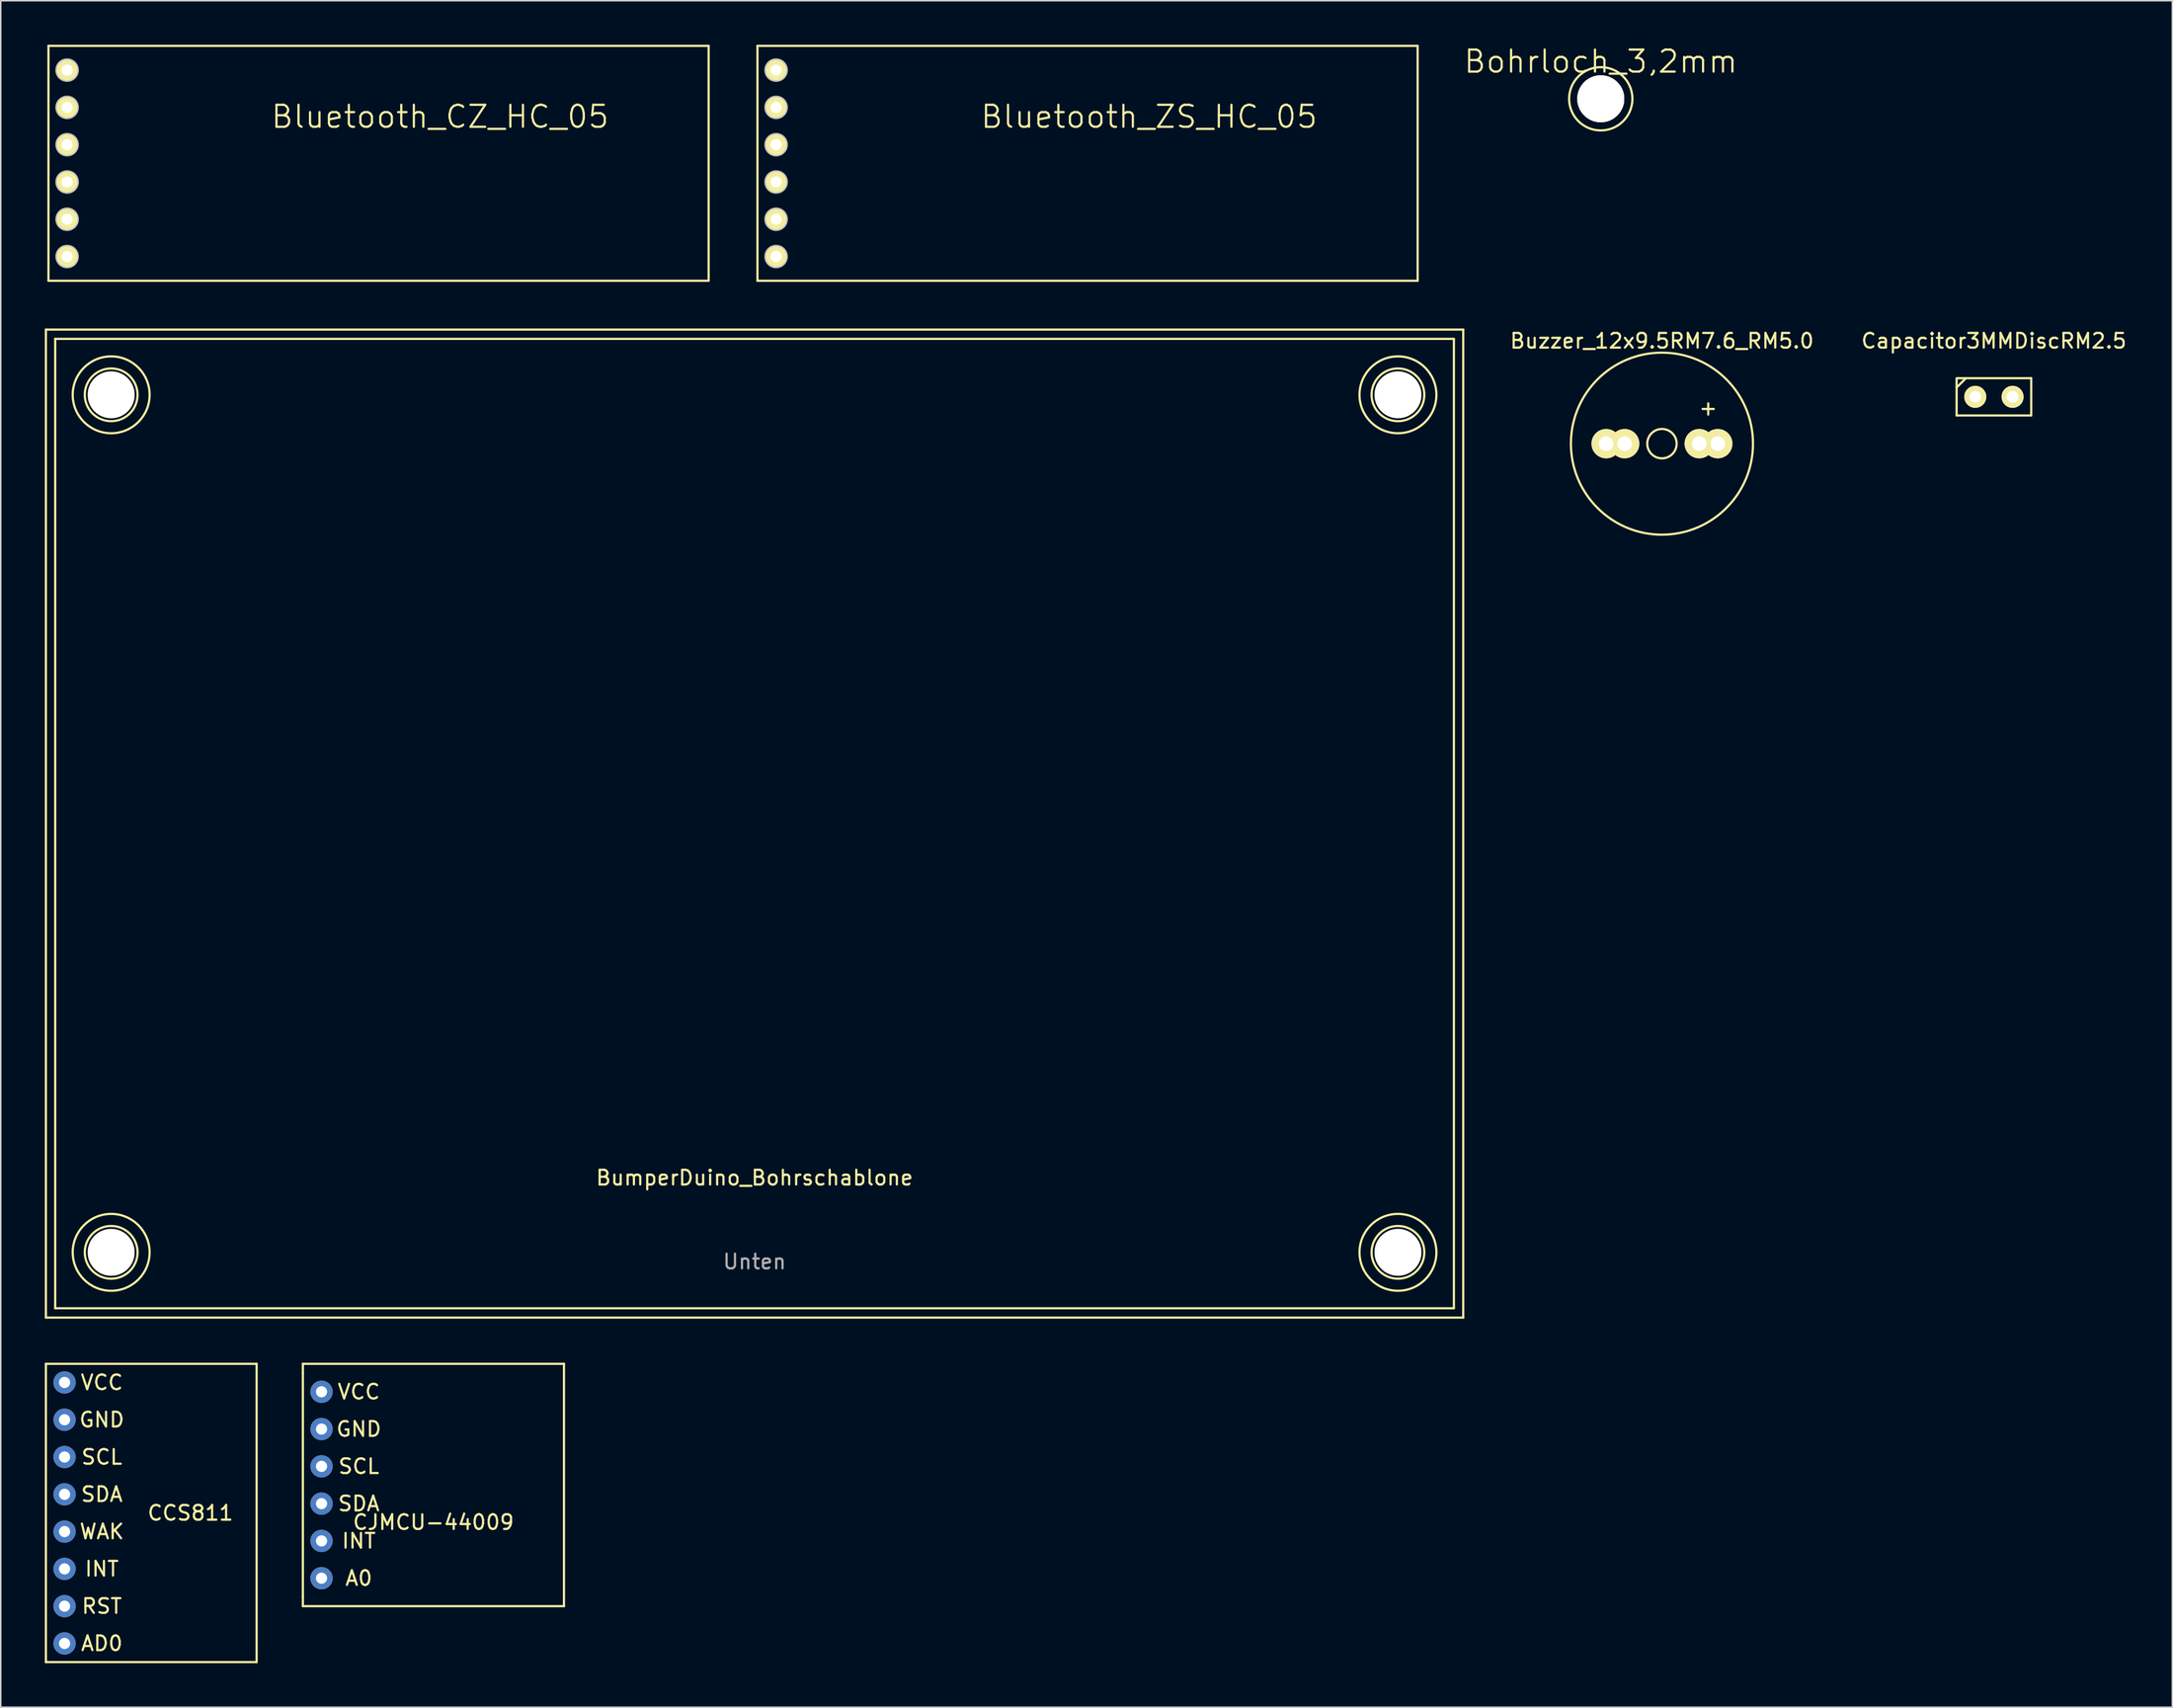
<source format=kicad_pcb>
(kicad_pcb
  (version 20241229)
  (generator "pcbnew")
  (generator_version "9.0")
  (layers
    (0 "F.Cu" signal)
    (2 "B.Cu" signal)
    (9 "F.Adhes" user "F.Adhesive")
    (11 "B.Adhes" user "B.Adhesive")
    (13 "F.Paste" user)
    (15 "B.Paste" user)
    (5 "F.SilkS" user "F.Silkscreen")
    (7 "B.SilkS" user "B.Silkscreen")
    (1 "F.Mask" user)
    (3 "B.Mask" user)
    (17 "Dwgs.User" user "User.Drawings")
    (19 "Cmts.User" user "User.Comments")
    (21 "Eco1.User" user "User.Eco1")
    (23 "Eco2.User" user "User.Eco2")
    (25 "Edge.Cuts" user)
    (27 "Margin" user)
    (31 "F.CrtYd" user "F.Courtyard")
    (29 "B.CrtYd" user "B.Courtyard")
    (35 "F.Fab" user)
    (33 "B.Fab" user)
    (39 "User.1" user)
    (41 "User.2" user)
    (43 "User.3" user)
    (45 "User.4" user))
  (footprint "Capacitor3MMDiscRM2.5"
    (layer "F.Cu")
    (at 132.735 23.985)
    (property "Reference" "Capacitor3MMDiscRM2.5" (at 0 -3.81 0) (layer "F.SilkS") (effects (font (size 1 1) (thickness 0.15))))
    (attr through_hole)
    (fp_line (start -2.54 -0.635) (end -1.905 -1.27) (stroke (width 0.15) (type solid)) (layer "F.SilkS"))
    (fp_line (start -2.54 1.27) (end -2.54 -1.27) (stroke (width 0.15) (type solid)) (layer "F.SilkS"))
    (fp_line (start -2.489 -1.27) (end 2.54 -1.27) (stroke (width 0.15) (type solid)) (layer "F.SilkS"))
    (fp_line (start 2.54 -1.27) (end 2.54 1.27) (stroke (width 0.15) (type solid)) (layer "F.SilkS"))
    (fp_line (start 2.54 1.27) (end -2.54 1.27) (stroke (width 0.15) (type solid)) (layer "F.SilkS"))
    (pad "1" thru_hole circle (at -1.27 0) (size 1.501 1.501) (drill 0.8) (layers "*.Cu" "*.Mask" "F.SilkS"))
    (pad "2" thru_hole circle (at 1.27 0) (size 1.501 1.501) (drill 0.8) (layers "*.Cu" "*.Mask" "F.SilkS")))
  (footprint "Bluetooth_ZS_HC_05"
    (layer "F.Cu")
    (at 48.533 16.077)
    (property "Reference" "Bluetooth_ZS_HC_05" (at 26.67 -11.176 0) (layer "F.SilkS") (effects (font (size 1.5 1.5) (thickness 0.15))))
    (attr through_hole)
    (fp_line (start 0 -16.002) (end 44.958 -16.002) (stroke (width 0.15) (type solid)) (layer "F.SilkS"))
    (fp_line (start 0 0) (end 0 -16.002) (stroke (width 0.15) (type solid)) (layer "F.SilkS"))
    (fp_line (start 44.958 -16.002) (end 44.958 0) (stroke (width 0.15) (type solid)) (layer "F.SilkS"))
    (fp_line (start 44.958 0) (end 0 0) (stroke (width 0.15) (type solid)) (layer "F.SilkS"))
    (fp_circle (center 1.27 -14.35) (end 2.02 -14.35) (stroke (width 0.1) (type solid)) (fill no) (layer "Dwgs.User"))
    (fp_circle (center 1.27 -11.81) (end 2.02 -11.81) (stroke (width 0.1) (type solid)) (fill no) (layer "Dwgs.User"))
    (fp_circle (center 1.27 -9.27) (end 2.02 -9.27) (stroke (width 0.1) (type solid)) (fill no) (layer "Dwgs.User"))
    (fp_circle (center 1.27 -6.73) (end 2.02 -6.73) (stroke (width 0.1) (type solid)) (fill no) (layer "Dwgs.User"))
    (fp_circle (center 1.27 -4.19) (end 2.02 -4.19) (stroke (width 0.1) (type solid)) (fill no) (layer "Dwgs.User"))
    (fp_circle (center 1.27 -1.65) (end 2.02 -1.65) (stroke (width 0.1) (type solid)) (fill no) (layer "Dwgs.User"))
    (pad "1" thru_hole circle (at 1.27 -14.351) (size 1.524 1.524) (drill 0.762) (layers "*.Cu" "*.Mask" "F.SilkS"))
    (pad "2" thru_hole circle (at 1.27 -11.811) (size 1.524 1.524) (drill 0.762) (layers "*.Cu" "*.Mask" "F.SilkS"))
    (pad "3" thru_hole circle (at 1.27 -9.271) (size 1.524 1.524) (drill 0.762) (layers "*.Cu" "*.Mask" "F.SilkS"))
    (pad "4" thru_hole circle (at 1.27 -6.731) (size 1.524 1.524) (drill 0.762) (layers "*.Cu" "*.Mask" "F.SilkS"))
    (pad "5" thru_hole circle (at 1.27 -4.191) (size 1.524 1.524) (drill 0.762) (layers "*.Cu" "*.Mask" "F.SilkS"))
    (pad "6" thru_hole circle (at 1.27 -1.651) (size 1.524 1.524) (drill 0.762) (layers "*.Cu" "*.Mask" "F.SilkS")))
  (footprint "BumperDuino_Bohrschablone"
    (layer "F.Cu")
    (at 48.335 53.057)
    (property "Reference" "BumperDuino_Bohrschablone" (at 0 24.13 0) (layer "F.SilkS") (effects (font (size 1 1) (thickness 0.15))))
    (attr through_hole)
    (fp_line (start -48.26 -33.655) (end -48.26 33.655) (stroke (width 0.15) (type solid)) (layer "F.SilkS"))
    (fp_line (start -48.26 33.655) (end 48.26 33.655) (stroke (width 0.15) (type solid)) (layer "F.SilkS"))
    (fp_line (start -47.625 -33.02) (end -47.625 33.02) (stroke (width 0.15) (type solid)) (layer "F.SilkS"))
    (fp_line (start -47.625 33.02) (end 47.625 33.02) (stroke (width 0.15) (type solid)) (layer "F.SilkS"))
    (fp_line (start -45.085 29.21) (end -42.545 29.21) (stroke (width 0.15) (type solid)) (layer "F.SilkS"))
    (fp_line (start -43.815 27.94) (end -43.815 30.48) (stroke (width 0.15) (type solid)) (layer "F.SilkS"))
    (fp_line (start 43.815 -30.48) (end 43.815 -27.94) (stroke (width 0.15) (type solid)) (layer "F.SilkS"))
    (fp_line (start 43.815 27.94) (end 43.815 30.48) (stroke (width 0.15) (type solid)) (layer "F.SilkS"))
    (fp_line (start 45.085 -29.21) (end 42.545 -29.21) (stroke (width 0.15) (type solid)) (layer "F.SilkS"))
    (fp_line (start 45.085 29.21) (end 42.545 29.21) (stroke (width 0.15) (type solid)) (layer "F.SilkS"))
    (fp_line (start 47.625 -33.02) (end -47.625 -33.02) (stroke (width 0.15) (type solid)) (layer "F.SilkS"))
    (fp_line (start 47.625 33.02) (end 47.625 -33.02) (stroke (width 0.15) (type solid)) (layer "F.SilkS"))
    (fp_line (start 48.26 -33.655) (end -48.26 -33.655) (stroke (width 0.15) (type solid)) (layer "F.SilkS"))
    (fp_line (start 48.26 33.655) (end 48.26 -33.655) (stroke (width 0.15) (type solid)) (layer "F.SilkS"))
    (fp_circle (center -43.815 -29.21) (end -43.18 -26.67) (stroke (width 0.15) (type solid)) (fill no) (layer "F.SilkS"))
    (fp_circle (center -43.815 -29.21) (end -42.545 -27.94) (stroke (width 0.15) (type solid)) (fill no) (layer "F.SilkS"))
    (fp_circle (center -43.815 29.21) (end -43.18 31.75) (stroke (width 0.15) (type solid)) (fill no) (layer "F.SilkS"))
    (fp_circle (center -43.815 29.21) (end -42.545 30.48) (stroke (width 0.15) (type solid)) (fill no) (layer "F.SilkS"))
    (fp_circle (center 43.815 -29.21) (end 44.45 -26.67) (stroke (width 0.15) (type solid)) (fill no) (layer "F.SilkS"))
    (fp_circle (center 43.815 -29.21) (end 45.085 -27.94) (stroke (width 0.15) (type solid)) (fill no) (layer "F.SilkS"))
    (fp_circle (center 43.815 29.21) (end 44.45 31.75) (stroke (width 0.15) (type solid)) (fill no) (layer "F.SilkS"))
    (fp_circle (center 43.815 29.21) (end 45.085 30.48) (stroke (width 0.15) (type solid)) (fill no) (layer "F.SilkS"))
    (fp_text user "Unten" (at 0 29.845 0) (layer "F.Fab") (effects (font (size 1 1) (thickness 0.15))))
    (pad "" np_thru_hole circle (at -43.815 -29.21) (size 3.2 3.2) (drill 3.2) (layers "*.Cu" "*.Mask"))
    (pad "" np_thru_hole circle (at -43.815 29.21) (size 3.2 3.2) (drill 3.2) (layers "*.Cu" "*.Mask"))
    (pad "" np_thru_hole circle (at 43.815 -29.21) (size 3.2 3.2) (drill 3.2) (layers "*.Cu" "*.Mask"))
    (pad "" np_thru_hole circle (at 43.815 29.21) (size 3.2 3.2) (drill 3.2) (layers "*.Cu" "*.Mask")))
  (footprint "Bluetooth_CZ_HC_05"
    (layer "F.Cu")
    (at 0.25 16.077)
    (property "Reference" "Bluetooth_CZ_HC_05" (at 26.67 -11.176 0) (layer "F.SilkS") (effects (font (size 1.5 1.5) (thickness 0.15))))
    (attr through_hole)
    (fp_line (start 0 -16.002) (end 44.958 -16.002) (stroke (width 0.15) (type solid)) (layer "F.SilkS"))
    (fp_line (start 0 0) (end 0 -16.002) (stroke (width 0.15) (type solid)) (layer "F.SilkS"))
    (fp_line (start 44.958 -16.002) (end 44.958 0) (stroke (width 0.15) (type solid)) (layer "F.SilkS"))
    (fp_line (start 44.958 0) (end 0 0) (stroke (width 0.15) (type solid)) (layer "F.SilkS"))
    (fp_circle (center 1.27 -14.35) (end 2.02 -14.35) (stroke (width 0.1) (type solid)) (fill no) (layer "Dwgs.User"))
    (fp_circle (center 1.27 -11.81) (end 2.02 -11.81) (stroke (width 0.1) (type solid)) (fill no) (layer "Dwgs.User"))
    (fp_circle (center 1.27 -9.27) (end 2.02 -9.27) (stroke (width 0.1) (type solid)) (fill no) (layer "Dwgs.User"))
    (fp_circle (center 1.27 -6.73) (end 2.02 -6.73) (stroke (width 0.1) (type solid)) (fill no) (layer "Dwgs.User"))
    (fp_circle (center 1.27 -4.19) (end 2.02 -4.19) (stroke (width 0.1) (type solid)) (fill no) (layer "Dwgs.User"))
    (fp_circle (center 1.27 -1.65) (end 2.02 -1.65) (stroke (width 0.1) (type solid)) (fill no) (layer "Dwgs.User"))
    (pad "1" thru_hole circle (at 1.27 -14.351) (size 1.524 1.524) (drill 0.762) (layers "*.Cu" "*.Mask" "F.SilkS"))
    (pad "2" thru_hole circle (at 1.27 -11.811) (size 1.524 1.524) (drill 0.762) (layers "*.Cu" "*.Mask" "F.SilkS"))
    (pad "3" thru_hole circle (at 1.27 -9.271) (size 1.524 1.524) (drill 0.762) (layers "*.Cu" "*.Mask" "F.SilkS"))
    (pad "4" thru_hole circle (at 1.27 -6.731) (size 1.524 1.524) (drill 0.762) (layers "*.Cu" "*.Mask" "F.SilkS"))
    (pad "5" thru_hole circle (at 1.27 -4.191) (size 1.524 1.524) (drill 0.762) (layers "*.Cu" "*.Mask" "F.SilkS"))
    (pad "6" thru_hole circle (at 1.27 -1.651) (size 1.524 1.524) (drill 0.762) (layers "*.Cu" "*.Mask" "F.SilkS")))
  (footprint "CJMCU-44009"
    (layer "F.Cu")
    (at 26.466 98.117)
    (property "Reference" "CJMCU-44009" (at 0 2.54 0) (unlocked yes) (layer "F.SilkS") (effects (font (size 1 1) (thickness 0.15))))
    (attr through_hole)
    (fp_line (start -8.89 -8.255) (end 8.89 -8.255) (stroke (width 0.15) (type solid)) (layer "F.SilkS"))
    (fp_line (start -8.89 -7.62) (end -8.89 -8.255) (stroke (width 0.15) (type solid)) (layer "F.SilkS"))
    (fp_line (start -8.89 -7.62) (end -8.89 7.62) (stroke (width 0.15) (type solid)) (layer "F.SilkS"))
    (fp_line (start -8.89 8.255) (end -8.89 7.62) (stroke (width 0.15) (type solid)) (layer "F.SilkS"))
    (fp_line (start 8.89 -8.255) (end 8.89 8.255) (stroke (width 0.15) (type solid)) (layer "F.SilkS"))
    (fp_line (start 8.89 8.255) (end -8.89 8.255) (stroke (width 0.15) (type solid)) (layer "F.SilkS"))
    (fp_text user "SCL" (at -5.08 -1.27 0) (unlocked yes) (layer "F.SilkS") (effects (font (size 1 1) (thickness 0.15))))
    (fp_text user "A0" (at -5.08 6.35 0) (unlocked yes) (layer "F.SilkS") (effects (font (size 1 1) (thickness 0.15))))
    (fp_text user "VCC" (at -5.08 -6.35 0) (unlocked yes) (layer "F.SilkS") (effects (font (size 1 1) (thickness 0.15))))
    (fp_text user "INT" (at -5.08 3.81 0) (unlocked yes) (layer "F.SilkS") (effects (font (size 1 1) (thickness 0.15))))
    (fp_text user "GND" (at -5.08 -3.81 0) (unlocked yes) (layer "F.SilkS") (effects (font (size 1 1) (thickness 0.15))))
    (fp_text user "SDA" (at -5.08 1.27 0) (unlocked yes) (layer "F.SilkS") (effects (font (size 1 1) (thickness 0.15))))
    (pad "1" thru_hole circle (at -7.62 -6.35) (size 1.524 1.524) (drill 0.762) (layers "*.Cu" "*.Mask"))
    (pad "2" thru_hole circle (at -7.62 -3.81) (size 1.524 1.524) (drill 0.762) (layers "*.Cu" "*.Mask"))
    (pad "3" thru_hole circle (at -7.62 -1.27) (size 1.524 1.524) (drill 0.762) (layers "*.Cu" "*.Mask"))
    (pad "4" thru_hole circle (at -7.62 1.27) (size 1.524 1.524) (drill 0.762) (layers "*.Cu" "*.Mask"))
    (pad "5" thru_hole circle (at -7.62 3.81) (size 1.524 1.524) (drill 0.762) (layers "*.Cu" "*.Mask"))
    (pad "6" thru_hole circle (at -7.62 6.35) (size 1.524 1.524) (drill 0.762) (layers "*.Cu" "*.Mask")))
  (footprint "Buzzer_12x9.5RM7.6_RM5.0"
    (layer "F.Cu")
    (at 110.128 27.175)
    (property "Reference" "Buzzer_12x9.5RM7.6_RM5.0" (at 0 -7 180) (layer "F.SilkS") (effects (font (size 1 1) (thickness 0.15))))
    (attr through_hole)
    (fp_circle (center 0 0) (end 1.001 0) (stroke (width 0.15) (type solid)) (fill no) (layer "F.SilkS"))
    (fp_circle (center 0 0) (end 6.2 0) (stroke (width 0.15) (type solid)) (fill no) (layer "F.SilkS"))
    (fp_text user "+" (at 3.15 -2.438 0) (layer "F.SilkS") (effects (font (size 1 1) (thickness 0.15))))
    (pad "1" thru_hole circle (at -3.8 0) (size 2 2) (drill 1.001) (layers "*.Cu" "*.Mask" "F.SilkS"))
    (pad "1" thru_hole circle (at -2.54 0) (size 2 2) (drill 1.001) (layers "*.Cu" "*.Mask" "F.SilkS"))
    (pad "2" thru_hole circle (at 2.54 0) (size 2 2) (drill 1.001) (layers "*.Cu" "*.Mask" "F.SilkS"))
    (pad "2" thru_hole circle (at 3.8 0) (size 2 2) (drill 1.001) (layers "*.Cu" "*.Mask" "F.SilkS")))
  (footprint "Bohrloch_3,2mm"
    (layer "F.Cu")
    (at 105.962 3.681)
    (property "Reference" "Bohrloch_3,2mm" (at 0 -2.54 0) (layer "F.SilkS") (effects (font (size 1.5 1.5) (thickness 0.15))))
    (attr through_hole)
    (fp_circle (center 0 0) (end 1.524 1.524) (stroke (width 0.15) (type solid)) (fill no) (layer "F.SilkS"))
    (pad "1" thru_hole circle (at 0 0) (size 3.2 3.2) (drill 3.2) (layers "*.Cu" "*.Mask" "F.SilkS")))
  (footprint "CCS811"
    (layer "F.Cu")
    (at 7.378 100.022)
    (property "Reference" "CCS811" (at 2.54 0 0) (unlocked yes) (layer "F.SilkS") (effects (font (size 1 1) (thickness 0.15))))
    (attr through_hole)
    (fp_line (start -7.303 -10.16) (end -7.303 10.16) (stroke (width 0.15) (type solid)) (layer "F.SilkS"))
    (fp_line (start -7.303 -10.16) (end 7.048 -10.16) (stroke (width 0.15) (type solid)) (layer "F.SilkS"))
    (fp_line (start 7.048 -10.16) (end 7.048 10.16) (stroke (width 0.15) (type solid)) (layer "F.SilkS"))
    (fp_line (start 7.048 10.16) (end -7.303 10.16) (stroke (width 0.15) (type solid)) (layer "F.SilkS"))
    (fp_text user "RST" (at -3.493 6.35 0) (unlocked yes) (layer "F.SilkS") (effects (font (size 1 1) (thickness 0.15))))
    (fp_text user "INT" (at -3.493 3.81 0) (unlocked yes) (layer "F.SilkS") (effects (font (size 1 1) (thickness 0.15))))
    (fp_text user "VCC" (at -3.493 -8.89 0) (unlocked yes) (layer "F.SilkS") (effects (font (size 1 1) (thickness 0.15))))
    (fp_text user "AD0" (at -3.493 8.89 0) (unlocked yes) (layer "F.SilkS") (effects (font (size 1 1) (thickness 0.15))))
    (fp_text user "SDA" (at -3.493 -1.27 0) (unlocked yes) (layer "F.SilkS") (effects (font (size 1 1) (thickness 0.15))))
    (fp_text user "GND" (at -3.493 -6.35 0) (unlocked yes) (layer "F.SilkS") (effects (font (size 1 1) (thickness 0.15))))
    (fp_text user "WAK" (at -3.493 1.27 0) (unlocked yes) (layer "F.SilkS") (effects (font (size 1 1) (thickness 0.15))))
    (fp_text user "SCL" (at -3.493 -3.81 0) (unlocked yes) (layer "F.SilkS") (effects (font (size 1 1) (thickness 0.15))))
    (pad "1" thru_hole circle (at -6.032 -8.89) (size 1.524 1.524) (drill 0.762) (layers "*.Cu" "*.Mask"))
    (pad "2" thru_hole circle (at -6.032 -6.35) (size 1.524 1.524) (drill 0.762) (layers "*.Cu" "*.Mask"))
    (pad "3" thru_hole circle (at -6.032 -3.81) (size 1.524 1.524) (drill 0.762) (layers "*.Cu" "*.Mask"))
    (pad "4" thru_hole circle (at -6.032 -1.27) (size 1.524 1.524) (drill 0.762) (layers "*.Cu" "*.Mask"))
    (pad "5" thru_hole circle (at -6.032 1.27) (size 1.524 1.524) (drill 0.762) (layers "*.Cu" "*.Mask"))
    (pad "6" thru_hole circle (at -6.032 3.81) (size 1.524 1.524) (drill 0.762) (layers "*.Cu" "*.Mask"))
    (pad "7" thru_hole circle (at -6.032 6.35) (size 1.524 1.524) (drill 0.762) (layers "*.Cu" "*.Mask"))
    (pad "8" thru_hole circle (at -6.032 8.89) (size 1.524 1.524) (drill 0.762) (layers "*.Cu" "*.Mask")))
  (gr_rect
    (start -3 -3)
    (end 144.884 113.257)
    (stroke (width 0.1) (type default))
    (fill no)
    (layer "Edge.Cuts")))
</source>
